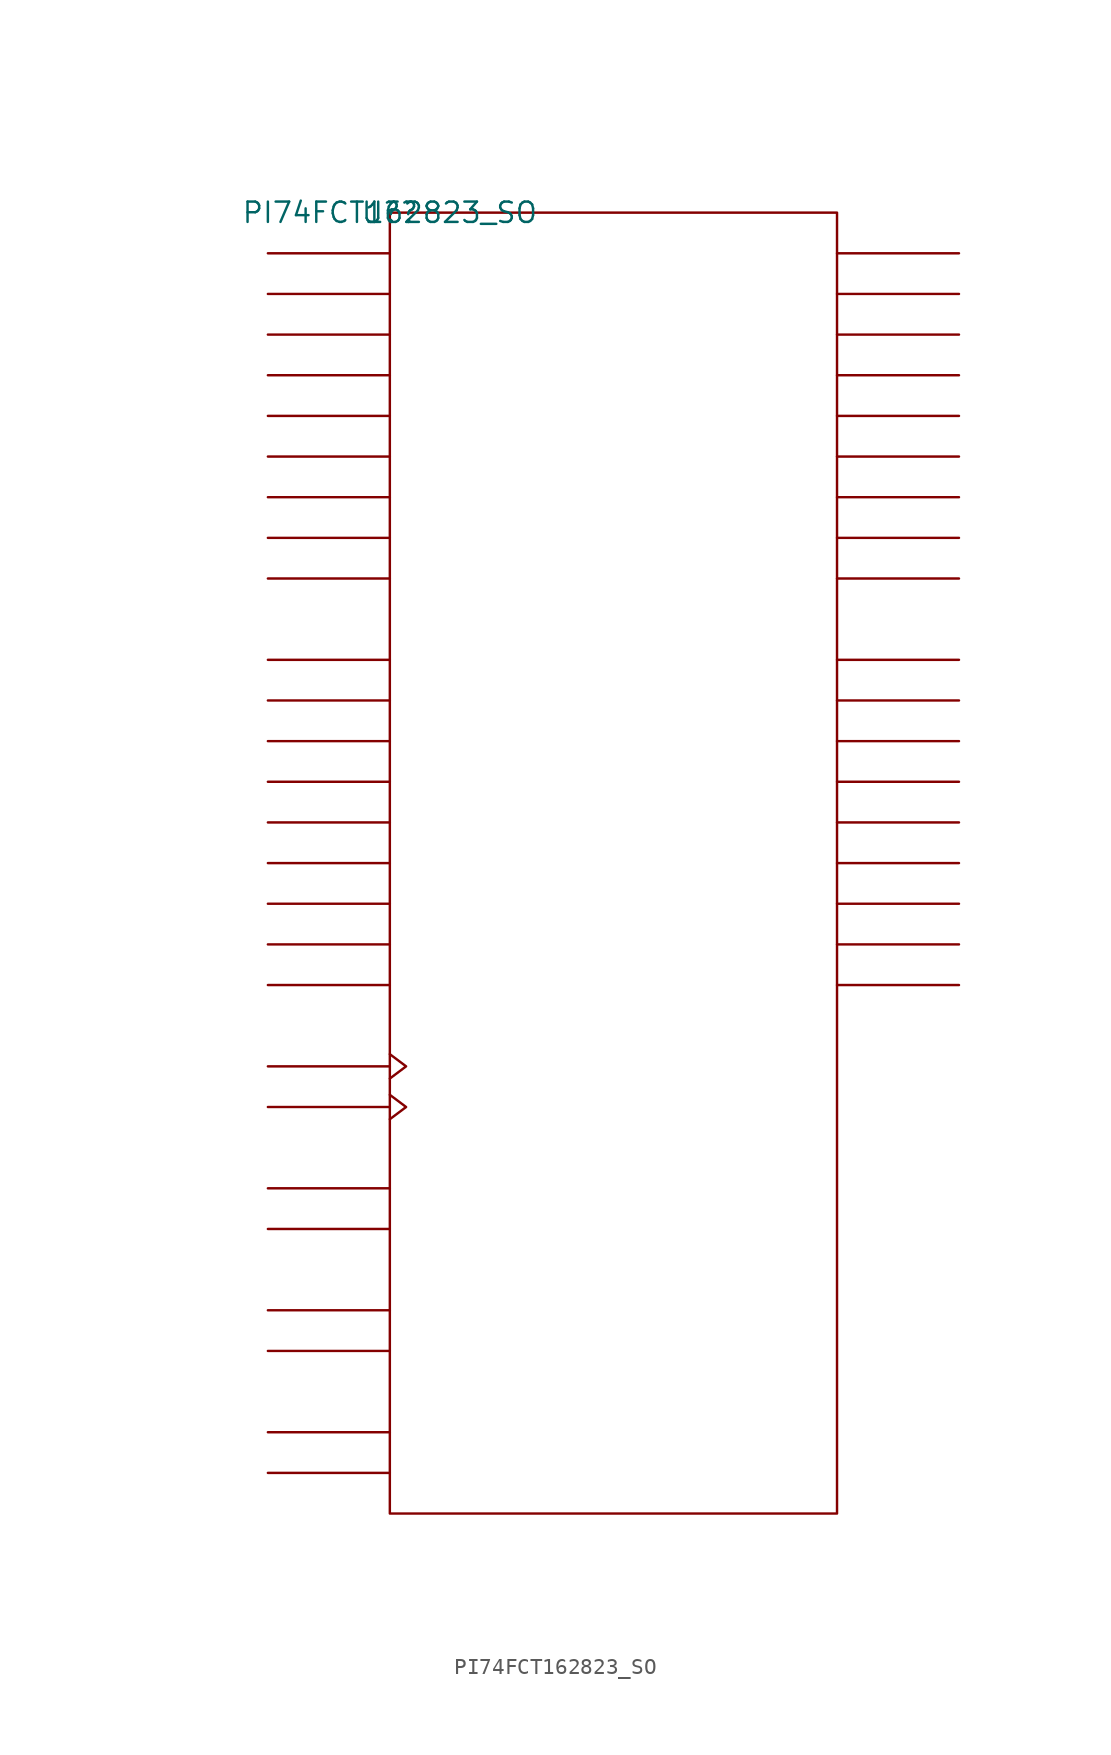
<source format=kicad_sym>
(kicad_symbol_lib
  (version 20211014)
  (generator kicad_symbol_editor)
  (symbol "PI74FCT162823_SO"
    (pin_names
      (offset 0.762))
    (property "Reference" "U?"
      (at 0 0 0)
      (effects (font (size 1.27 1.27))))
    (property "Value" "PI74FCT162823_SO"
      (at 0 0 0)
      (effects (font (size 1.27 1.27))))
    (symbol "PI74FCT162823_SO_0_1"
      (rectangle (start 0 -81.28) (end 27.94 0) (stroke (width 0) (type default) (color 0 0 0 0)) (fill (type none)))
      (polyline (pts (xy 0 -78.74) (xy -7.62 -78.74)) (stroke (width 0) (type default) (color 0 0 0 0)) (fill (type none)))
      (polyline (pts (xy 0 -76.2) (xy -7.62 -76.2)) (stroke (width 0) (type default) (color 0 0 0 0)) (fill (type none)))
      (polyline (pts (xy 0 -71.12) (xy -7.62 -71.12)) (stroke (width 0) (type default) (color 0 0 0 0)) (fill (type none)))
      (polyline (pts (xy 0 -68.58) (xy -7.62 -68.58)) (stroke (width 0) (type default) (color 0 0 0 0)) (fill (type none)))
      (polyline (pts (xy 0 -63.5) (xy -7.62 -63.5)) (stroke (width 0) (type default) (color 0 0 0 0)) (fill (type none)))
      (polyline (pts (xy 0 -60.96) (xy -7.62 -60.96)) (stroke (width 0) (type default) (color 0 0 0 0)) (fill (type none)))
      (polyline (pts (xy 0 -55.88) (xy -7.62 -55.88)) (stroke (width 0) (type default) (color 0 0 0 0)) (fill (type none)))
      (polyline (pts (xy 0 -53.34) (xy -7.62 -53.34)) (stroke (width 0) (type default) (color 0 0 0 0)) (fill (type none)))
      (polyline (pts (xy 0 -48.26) (xy -7.62 -48.26)) (stroke (width 0) (type default) (color 0 0 0 0)) (fill (type none)))
      (polyline (pts (xy 0 -45.72) (xy -7.62 -45.72)) (stroke (width 0) (type default) (color 0 0 0 0)) (fill (type none)))
      (polyline (pts (xy 0 -43.18) (xy -7.62 -43.18)) (stroke (width 0) (type default) (color 0 0 0 0)) (fill (type none)))
      (polyline (pts (xy 0 -40.64) (xy -7.62 -40.64)) (stroke (width 0) (type default) (color 0 0 0 0)) (fill (type none)))
      (polyline (pts (xy 0 -38.1) (xy -7.62 -38.1)) (stroke (width 0) (type default) (color 0 0 0 0)) (fill (type none)))
      (polyline (pts (xy 0 -35.56) (xy -7.62 -35.56)) (stroke (width 0) (type default) (color 0 0 0 0)) (fill (type none)))
      (polyline (pts (xy 0 -33.02) (xy -7.62 -33.02)) (stroke (width 0) (type default) (color 0 0 0 0)) (fill (type none)))
      (polyline (pts (xy 0 -30.48) (xy -7.62 -30.48)) (stroke (width 0) (type default) (color 0 0 0 0)) (fill (type none)))
      (polyline (pts (xy 0 -27.94) (xy -7.62 -27.94)) (stroke (width 0) (type default) (color 0 0 0 0)) (fill (type none)))
      (polyline (pts (xy 0 -22.86) (xy -7.62 -22.86)) (stroke (width 0) (type default) (color 0 0 0 0)) (fill (type none)))
      (polyline (pts (xy 0 -20.32) (xy -7.62 -20.32)) (stroke (width 0) (type default) (color 0 0 0 0)) (fill (type none)))
      (polyline (pts (xy 0 -17.78) (xy -7.62 -17.78)) (stroke (width 0) (type default) (color 0 0 0 0)) (fill (type none)))
      (polyline (pts (xy 0 -15.24) (xy -7.62 -15.24)) (stroke (width 0) (type default) (color 0 0 0 0)) (fill (type none)))
      (polyline (pts (xy 0 -12.7) (xy -7.62 -12.7)) (stroke (width 0) (type default) (color 0 0 0 0)) (fill (type none)))
      (polyline (pts (xy 0 -10.16) (xy -7.62 -10.16)) (stroke (width 0) (type default) (color 0 0 0 0)) (fill (type none)))
      (polyline (pts (xy 0 -7.62) (xy -7.62 -7.62)) (stroke (width 0) (type default) (color 0 0 0 0)) (fill (type none)))
      (polyline (pts (xy 0 -5.08) (xy -7.62 -5.08)) (stroke (width 0) (type default) (color 0 0 0 0)) (fill (type none)))
      (polyline (pts (xy 0 -2.54) (xy -7.62 -2.54)) (stroke (width 0) (type default) (color 0 0 0 0)) (fill (type none)))
      (polyline (pts (xy 27.94 -48.26) (xy 35.56 -48.26)) (stroke (width 0) (type default) (color 0 0 0 0)) (fill (type none)))
      (polyline (pts (xy 27.94 -45.72) (xy 35.56 -45.72)) (stroke (width 0) (type default) (color 0 0 0 0)) (fill (type none)))
      (polyline (pts (xy 27.94 -43.18) (xy 35.56 -43.18)) (stroke (width 0) (type default) (color 0 0 0 0)) (fill (type none)))
      (polyline (pts (xy 27.94 -40.64) (xy 35.56 -40.64)) (stroke (width 0) (type default) (color 0 0 0 0)) (fill (type none)))
      (polyline (pts (xy 27.94 -38.1) (xy 35.56 -38.1)) (stroke (width 0) (type default) (color 0 0 0 0)) (fill (type none)))
      (polyline (pts (xy 27.94 -35.56) (xy 35.56 -35.56)) (stroke (width 0) (type default) (color 0 0 0 0)) (fill (type none)))
      (polyline (pts (xy 27.94 -33.02) (xy 35.56 -33.02)) (stroke (width 0) (type default) (color 0 0 0 0)) (fill (type none)))
      (polyline (pts (xy 27.94 -30.48) (xy 35.56 -30.48)) (stroke (width 0) (type default) (color 0 0 0 0)) (fill (type none)))
      (polyline (pts (xy 27.94 -27.94) (xy 35.56 -27.94)) (stroke (width 0) (type default) (color 0 0 0 0)) (fill (type none)))
      (polyline (pts (xy 27.94 -22.86) (xy 35.56 -22.86)) (stroke (width 0) (type default) (color 0 0 0 0)) (fill (type none)))
      (polyline (pts (xy 27.94 -20.32) (xy 35.56 -20.32)) (stroke (width 0) (type default) (color 0 0 0 0)) (fill (type none)))
      (polyline (pts (xy 27.94 -17.78) (xy 35.56 -17.78)) (stroke (width 0) (type default) (color 0 0 0 0)) (fill (type none)))
      (polyline (pts (xy 27.94 -15.24) (xy 35.56 -15.24)) (stroke (width 0) (type default) (color 0 0 0 0)) (fill (type none)))
      (polyline (pts (xy 27.94 -12.7) (xy 35.56 -12.7)) (stroke (width 0) (type default) (color 0 0 0 0)) (fill (type none)))
      (polyline (pts (xy 27.94 -10.16) (xy 35.56 -10.16)) (stroke (width 0) (type default) (color 0 0 0 0)) (fill (type none)))
      (polyline (pts (xy 27.94 -7.62) (xy 35.56 -7.62)) (stroke (width 0) (type default) (color 0 0 0 0)) (fill (type none)))
      (polyline (pts (xy 27.94 -5.08) (xy 35.56 -5.08)) (stroke (width 0) (type default) (color 0 0 0 0)) (fill (type none)))
      (polyline (pts (xy 27.94 -2.54) (xy 35.56 -2.54)) (stroke (width 0) (type default) (color 0 0 0 0)) (fill (type none)))
      (polyline (pts (xy 0 -55.118) (xy 1.016 -55.88) (xy 0 -56.642)) (stroke (width 0) (type default) (color 0 0 0 0)) (fill (type none)))
      (polyline (pts (xy 0 -52.578) (xy 1.016 -53.34) (xy 0 -54.102)) (stroke (width 0) (type default) (color 0 0 0 0)) (fill (type none))))
    (symbol "PI74FCT162823_SO_1_1"
      (pin unspecified line (at -7.62 -68.58 0) (length 7.62) hide (name "1\\C\\L\\R\\" (effects (font (size 1.245 1.245)))) (number "1" (effects (font (size 1.245 1.245)))))
      (pin unspecified line (at 35.56 -15.24 180) (length 7.62) hide (name "&1Q6" (effects (font (size 1.245 1.245)))) (number "10" (effects (font (size 1.245 1.245)))))
      (pin power_in line (at 10.16 -81.28 0) (length 7.62) hide (name "GND" (effects (font (size 1.245 1.245)))) (number "11" (effects (font (size 1.245 1.245)))))
      (pin unspecified line (at 35.56 -17.78 180) (length 7.62) hide (name "&1Q7" (effects (font (size 1.245 1.245)))) (number "12" (effects (font (size 1.245 1.245)))))
      (pin unspecified line (at 35.56 -20.32 180) (length 7.62) hide (name "&1Q8" (effects (font (size 1.245 1.245)))) (number "13" (effects (font (size 1.245 1.245)))))
      (pin unspecified line (at 35.56 -22.86 180) (length 7.62) hide (name "&1Q9" (effects (font (size 1.245 1.245)))) (number "14" (effects (font (size 1.245 1.245)))))
      (pin unspecified line (at 35.56 -27.94 180) (length 7.62) hide (name "&2Q1" (effects (font (size 1.245 1.245)))) (number "15" (effects (font (size 1.245 1.245)))))
      (pin unspecified line (at 35.56 -30.48 180) (length 7.62) hide (name "&2Q2" (effects (font (size 1.245 1.245)))) (number "16" (effects (font (size 1.245 1.245)))))
      (pin unspecified line (at 35.56 -33.02 180) (length 7.62) hide (name "&2Q3" (effects (font (size 1.245 1.245)))) (number "17" (effects (font (size 1.245 1.245)))))
      (pin power_in line (at 12.7 -81.28 0) (length 7.62) hide (name "GND" (effects (font (size 1.245 1.245)))) (number "18" (effects (font (size 1.245 1.245)))))
      (pin unspecified line (at 35.56 -35.56 180) (length 7.62) hide (name "&2Q4" (effects (font (size 1.245 1.245)))) (number "19" (effects (font (size 1.245 1.245)))))
      (pin unspecified line (at -7.62 -76.2 0) (length 7.62) hide (name "1\\O\\E\\" (effects (font (size 1.245 1.245)))) (number "2" (effects (font (size 1.245 1.245)))))
      (pin unspecified line (at 35.56 -38.1 180) (length 7.62) hide (name "&2Q5" (effects (font (size 1.245 1.245)))) (number "20" (effects (font (size 1.245 1.245)))))
      (pin unspecified line (at 35.56 -40.64 180) (length 7.62) hide (name "&2Q6" (effects (font (size 1.245 1.245)))) (number "21" (effects (font (size 1.245 1.245)))))
      (pin power_in line (at 12.7 0 180) (length 7.62) hide (name "VCC" (effects (font (size 1.245 1.245)))) (number "22" (effects (font (size 1.245 1.245)))))
      (pin unspecified line (at 35.56 -43.18 180) (length 7.62) hide (name "&2Q7" (effects (font (size 1.245 1.245)))) (number "23" (effects (font (size 1.245 1.245)))))
      (pin unspecified line (at 35.56 -45.72 180) (length 7.62) hide (name "&2Q8" (effects (font (size 1.245 1.245)))) (number "24" (effects (font (size 1.245 1.245)))))
      (pin power_in line (at 15.24 -81.28 0) (length 7.62) hide (name "GND" (effects (font (size 1.245 1.245)))) (number "25" (effects (font (size 1.245 1.245)))))
      (pin unspecified line (at 35.56 -48.26 180) (length 7.62) hide (name "&2Q9" (effects (font (size 1.245 1.245)))) (number "26" (effects (font (size 1.245 1.245)))))
      (pin unspecified line (at -7.62 -78.74 0) (length 7.62) hide (name "2\\O\\E\\" (effects (font (size 1.245 1.245)))) (number "27" (effects (font (size 1.245 1.245)))))
      (pin unspecified line (at -7.62 -71.12 0) (length 7.62) hide (name "2\\C\\L\\R\\" (effects (font (size 1.245 1.245)))) (number "28" (effects (font (size 1.245 1.245)))))
      (pin unspecified line (at -7.62 -55.88 180) (length 7.62) hide (name "&2CLK" (effects (font (size 1.245 1.245)))) (number "29" (effects (font (size 1.245 1.245)))))
      (pin unspecified line (at 35.56 -2.54 180) (length 7.62) hide (name "&1Q1" (effects (font (size 1.245 1.245)))) (number "3" (effects (font (size 1.245 1.245)))))
      (pin unspecified line (at -7.62 -63.5 0) (length 7.62) hide (name "2\\C\\K\\E\\" (effects (font (size 1.245 1.245)))) (number "30" (effects (font (size 1.245 1.245)))))
      (pin unspecified line (at -7.62 -48.26 0) (length 7.62) hide (name "&2D9" (effects (font (size 1.245 1.245)))) (number "31" (effects (font (size 1.245 1.245)))))
      (pin power_in line (at 17.78 -81.28 0) (length 7.62) hide (name "GND" (effects (font (size 1.245 1.245)))) (number "32" (effects (font (size 1.245 1.245)))))
      (pin unspecified line (at -7.62 -45.72 0) (length 7.62) hide (name "&2D8" (effects (font (size 1.245 1.245)))) (number "33" (effects (font (size 1.245 1.245)))))
      (pin unspecified line (at -7.62 -43.18 0) (length 7.62) hide (name "&2D7" (effects (font (size 1.245 1.245)))) (number "34" (effects (font (size 1.245 1.245)))))
      (pin power_in line (at 15.24 0 0) (length 7.62) hide (name "VCC" (effects (font (size 1.245 1.245)))) (number "35" (effects (font (size 1.245 1.245)))))
      (pin unspecified line (at -7.62 -40.64 0) (length 7.62) hide (name "&2D6" (effects (font (size 1.245 1.245)))) (number "36" (effects (font (size 1.245 1.245)))))
      (pin unspecified line (at -7.62 -38.1 0) (length 7.62) hide (name "&2D5" (effects (font (size 1.245 1.245)))) (number "37" (effects (font (size 1.245 1.245)))))
      (pin unspecified line (at -7.62 -35.56 0) (length 7.62) hide (name "&2D4" (effects (font (size 1.245 1.245)))) (number "38" (effects (font (size 1.245 1.245)))))
      (pin power_in line (at 20.32 -81.28 0) (length 7.62) hide (name "GND" (effects (font (size 1.245 1.245)))) (number "39" (effects (font (size 1.245 1.245)))))
      (pin power_in line (at 7.62 -81.28 0) (length 7.62) hide (name "GND" (effects (font (size 1.245 1.245)))) (number "4" (effects (font (size 1.245 1.245)))))
      (pin unspecified line (at -7.62 -33.02 0) (length 7.62) hide (name "&2D3" (effects (font (size 1.245 1.245)))) (number "40" (effects (font (size 1.245 1.245)))))
      (pin unspecified line (at -7.62 -30.48 0) (length 7.62) hide (name "&2D2" (effects (font (size 1.245 1.245)))) (number "41" (effects (font (size 1.245 1.245)))))
      (pin unspecified line (at -7.62 -27.94 0) (length 7.62) hide (name "&2D1" (effects (font (size 1.245 1.245)))) (number "42" (effects (font (size 1.245 1.245)))))
      (pin unspecified line (at -7.62 -22.86 0) (length 7.62) hide (name "&1D9" (effects (font (size 1.245 1.245)))) (number "43" (effects (font (size 1.245 1.245)))))
      (pin unspecified line (at -7.62 -20.32 0) (length 7.62) hide (name "&1D8" (effects (font (size 1.245 1.245)))) (number "44" (effects (font (size 1.245 1.245)))))
      (pin unspecified line (at -7.62 -17.78 0) (length 7.62) hide (name "&1D7" (effects (font (size 1.245 1.245)))) (number "45" (effects (font (size 1.245 1.245)))))
      (pin power_in line (at 22.86 -81.28 0) (length 7.62) hide (name "GND" (effects (font (size 1.245 1.245)))) (number "46" (effects (font (size 1.245 1.245)))))
      (pin unspecified line (at -7.62 -15.24 0) (length 7.62) hide (name "&1D6" (effects (font (size 1.245 1.245)))) (number "47" (effects (font (size 1.245 1.245)))))
      (pin unspecified line (at -7.62 -12.7 0) (length 7.62) hide (name "&1D5" (effects (font (size 1.245 1.245)))) (number "48" (effects (font (size 1.245 1.245)))))
      (pin unspecified line (at -7.62 -10.16 0) (length 7.62) hide (name "&1D4" (effects (font (size 1.245 1.245)))) (number "49" (effects (font (size 1.245 1.245)))))
      (pin unspecified line (at 35.56 -5.08 180) (length 7.62) hide (name "&1Q2" (effects (font (size 1.245 1.245)))) (number "5" (effects (font (size 1.245 1.245)))))
      (pin power_in line (at 17.78 0 0) (length 7.62) hide (name "VCC" (effects (font (size 1.245 1.245)))) (number "50" (effects (font (size 1.245 1.245)))))
      (pin unspecified line (at -7.62 -7.62 0) (length 7.62) hide (name "&1D3" (effects (font (size 1.245 1.245)))) (number "51" (effects (font (size 1.245 1.245)))))
      (pin unspecified line (at -7.62 -5.08 0) (length 7.62) hide (name "&1D2" (effects (font (size 1.245 1.245)))) (number "52" (effects (font (size 1.245 1.245)))))
      (pin power_in line (at 25.4 -81.28 0) (length 7.62) hide (name "GND" (effects (font (size 1.245 1.245)))) (number "53" (effects (font (size 1.245 1.245)))))
      (pin unspecified line (at -7.62 -2.54 0) (length 7.62) hide (name "&1D1" (effects (font (size 1.245 1.245)))) (number "54" (effects (font (size 1.245 1.245)))))
      (pin unspecified line (at -7.62 -60.96 0) (length 7.62) hide (name "1\\C\\K\\E\\" (effects (font (size 1.245 1.245)))) (number "55" (effects (font (size 1.245 1.245)))))
      (pin unspecified line (at -7.62 -53.34 180) (length 7.62) hide (name "&1CLK" (effects (font (size 1.245 1.245)))) (number "56" (effects (font (size 1.245 1.245)))))
      (pin unspecified line (at 35.56 -7.62 180) (length 7.62) hide (name "&1Q3" (effects (font (size 1.245 1.245)))) (number "6" (effects (font (size 1.245 1.245)))))
      (pin power_in line (at 10.16 0 180) (length 7.62) hide (name "VCC" (effects (font (size 1.245 1.245)))) (number "7" (effects (font (size 1.245 1.245)))))
      (pin unspecified line (at 35.56 -10.16 180) (length 7.62) hide (name "&1Q4" (effects (font (size 1.245 1.245)))) (number "8" (effects (font (size 1.245 1.245)))))
      (pin unspecified line (at 35.56 -12.7 180) (length 7.62) hide (name "&1Q5" (effects (font (size 1.245 1.245)))) (number "9" (effects (font (size 1.245 1.245))))))))
</source>
